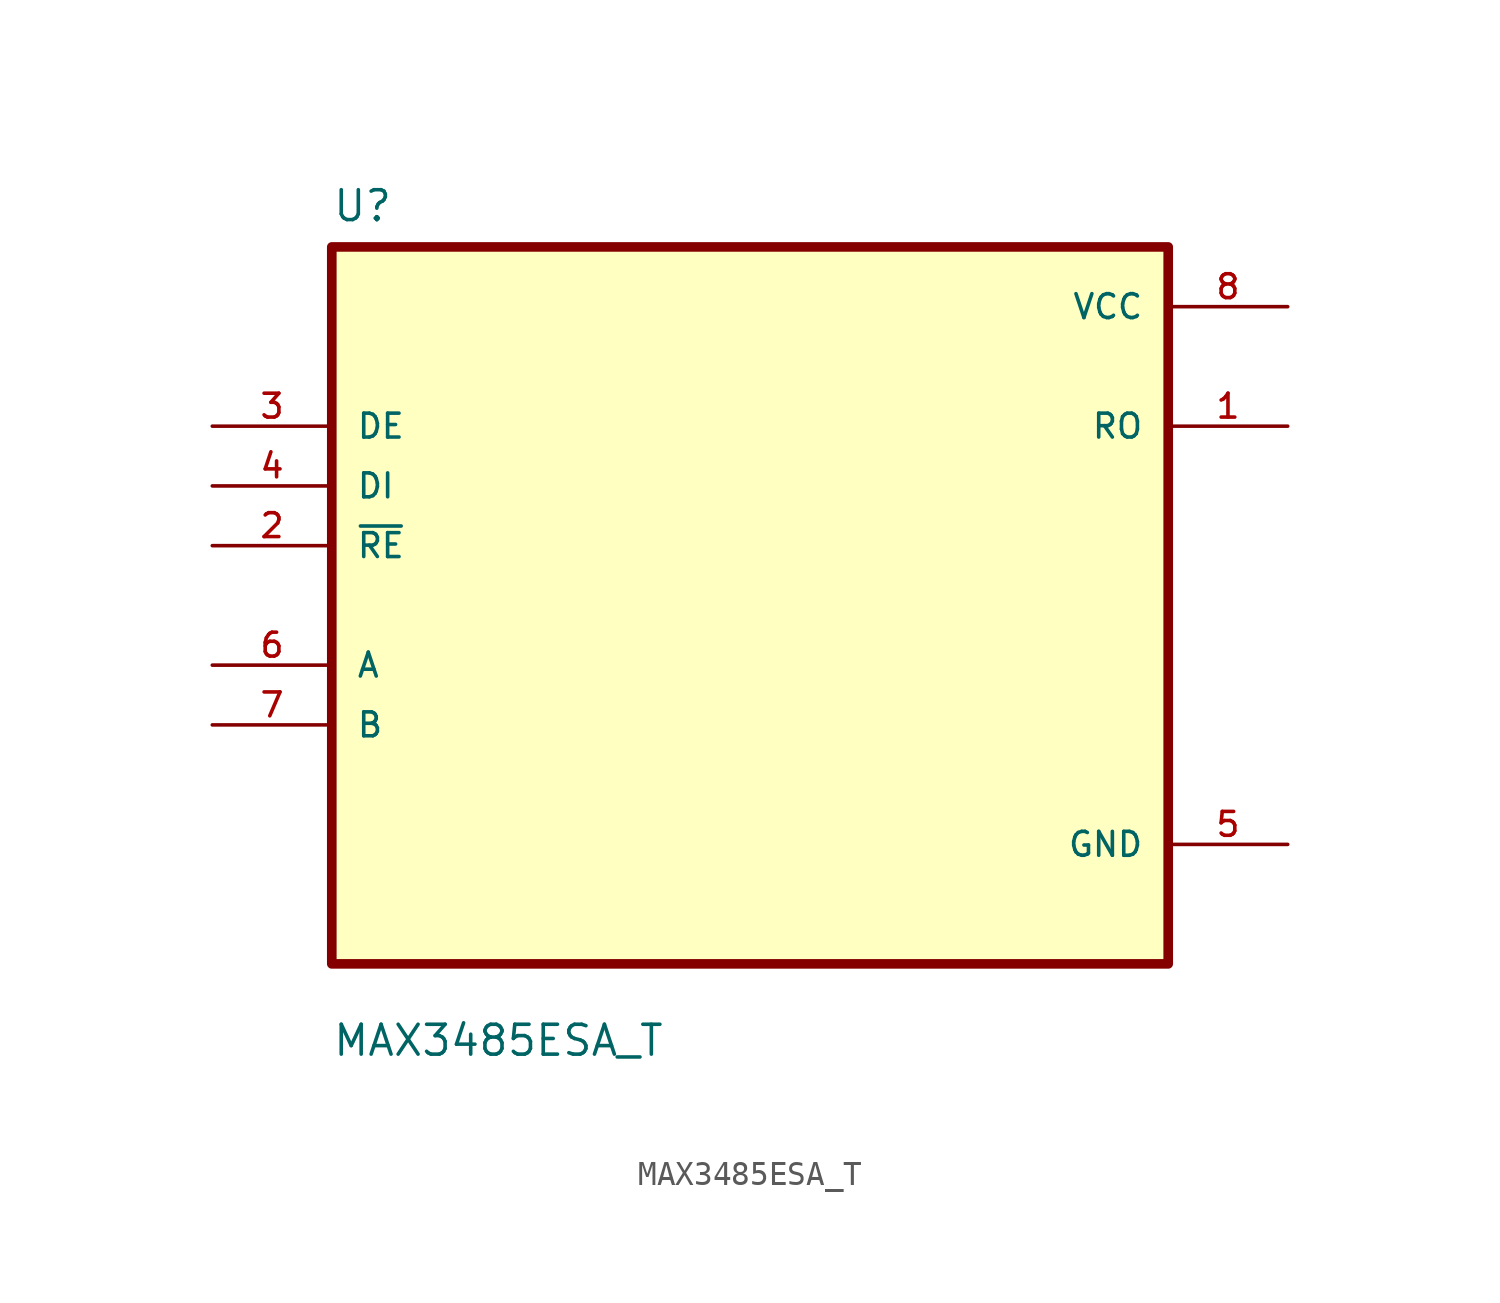
<source format=kicad_sym>
(kicad_symbol_lib
  (version 20211014)
  (generator kicad_symbol_editor)
  (symbol "MAX3485ESA_T"
    (pin_names
      (offset 1.016))
    (property "Reference" "U"
      (at -17.78 16.24 0.0)
      (effects (font (size 1.27 1.27)) (justify bottom left)))
    (property "Value" "MAX3485ESA_T"
      (at -17.78 -19.24 0.0)
      (effects (font (size 1.27 1.27)) (justify bottom left)))
    (symbol "MAX3485ESA_T_0_0"
      (rectangle (start -17.78 -15.24) (end 17.78 15.24) (stroke (width 0.41)) (fill (type background)))
      (pin input line (at -22.86 7.62 0) (length 5.08) (name "DE" (effects (font (size 1.016 1.016)))) (number "3" (effects (font (size 1.016 1.016)))))
      (pin input line (at -22.86 5.08 0) (length 5.08) (name "DI" (effects (font (size 1.016 1.016)))) (number "4" (effects (font (size 1.016 1.016)))))
      (pin input line (at -22.86 2.54 0) (length 5.08) (name "~{RE}" (effects (font (size 1.016 1.016)))) (number "2" (effects (font (size 1.016 1.016)))))
      (pin bidirectional line (at -22.86 -2.54 0) (length 5.08) (name "A" (effects (font (size 1.016 1.016)))) (number "6" (effects (font (size 1.016 1.016)))))
      (pin bidirectional line (at -22.86 -5.08 0) (length 5.08) (name "B" (effects (font (size 1.016 1.016)))) (number "7" (effects (font (size 1.016 1.016)))))
      (pin power_in line (at 22.86 12.7 180.0) (length 5.08) (name "VCC" (effects (font (size 1.016 1.016)))) (number "8" (effects (font (size 1.016 1.016)))))
      (pin output line (at 22.86 7.62 180.0) (length 5.08) (name "RO" (effects (font (size 1.016 1.016)))) (number "1" (effects (font (size 1.016 1.016)))))
      (pin power_in line (at 22.86 -10.16 180.0) (length 5.08) (name "GND" (effects (font (size 1.016 1.016)))) (number "5" (effects (font (size 1.016 1.016))))))))
</source>
